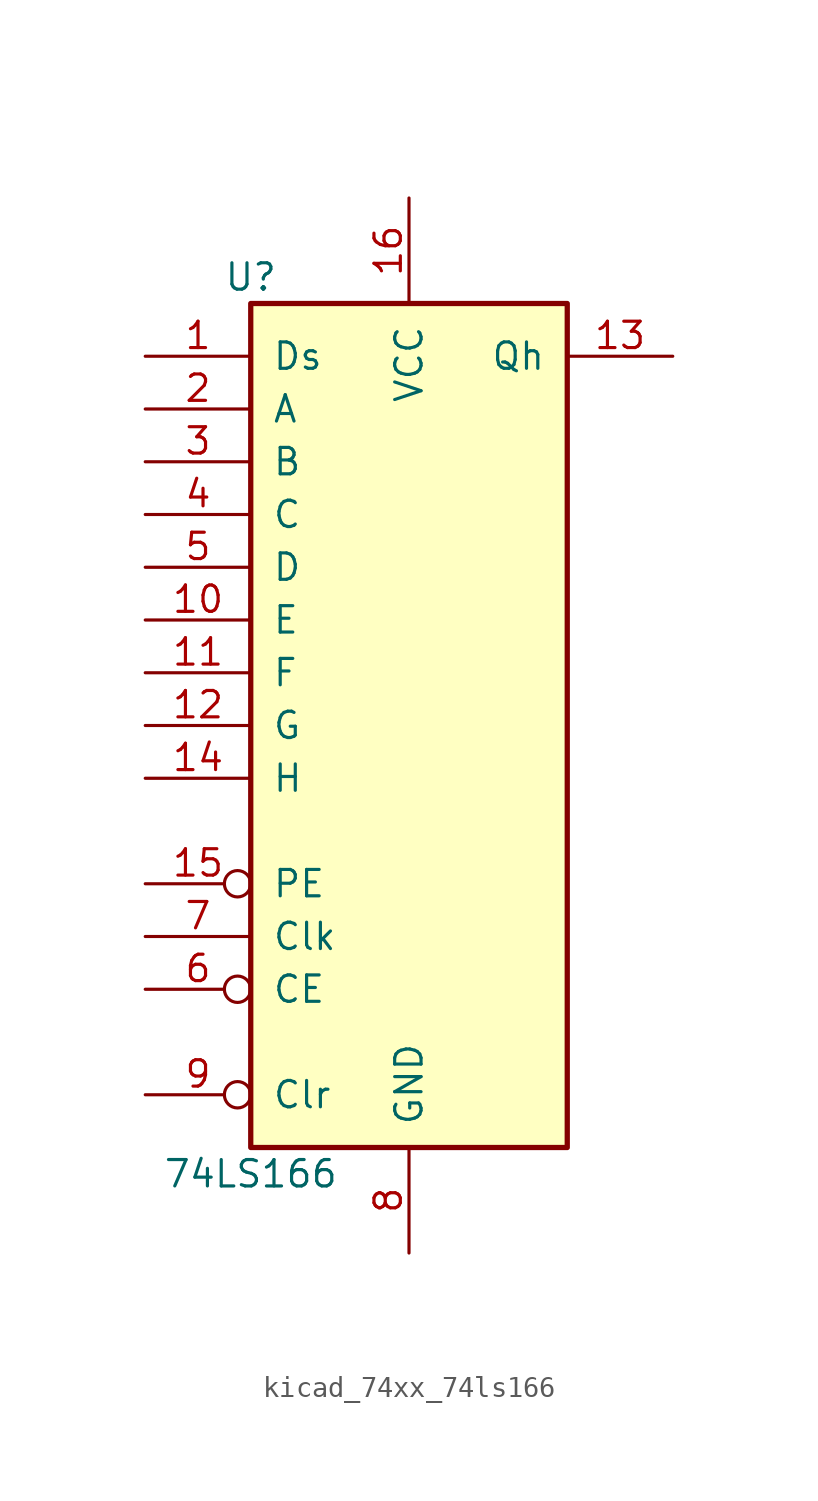
<source format=kicad_sym>
(kicad_symbol_lib
  (version 20220914)
  (generator kicad_symbol_editor)
  (symbol "kicad_74xx_74ls166"
    (pin_names
      (offset 1.016))
    (property "Reference" "U"
      (at -7.62 21.59 0)
      (effects (font (size 1.27 1.27))))
    (property "Value" "74LS166"
      (at -7.62 -21.59 0)
      (effects (font (size 1.27 1.27))))
    (property "ki_locked" ""
      (at 0 0 0)
      (effects (font (size 1.27 1.27))))
    (symbol "kicad_74xx_74ls166_1_0"
      (pin input line (at -12.7 17.78 0) (length 5.08) (name "Ds" (effects (font (size 1.27 1.27)))) (number "1" (effects (font (size 1.27 1.27)))))
      (pin input line (at -12.7 5.08 0) (length 5.08) (name "E" (effects (font (size 1.27 1.27)))) (number "10" (effects (font (size 1.27 1.27)))))
      (pin input line (at -12.7 2.54 0) (length 5.08) (name "F" (effects (font (size 1.27 1.27)))) (number "11" (effects (font (size 1.27 1.27)))))
      (pin input line (at -12.7 0 0) (length 5.08) (name "G" (effects (font (size 1.27 1.27)))) (number "12" (effects (font (size 1.27 1.27)))))
      (pin output line (at 12.7 17.78 180) (length 5.08) (name "Qh" (effects (font (size 1.27 1.27)))) (number "13" (effects (font (size 1.27 1.27)))))
      (pin input line (at -12.7 -2.54 0) (length 5.08) (name "H" (effects (font (size 1.27 1.27)))) (number "14" (effects (font (size 1.27 1.27)))))
      (pin input inverted (at -12.7 -7.62 0) (length 5.08) (name "PE" (effects (font (size 1.27 1.27)))) (number "15" (effects (font (size 1.27 1.27)))))
      (pin power_in line (at 0 25.4 270) (length 5.08) (name "VCC" (effects (font (size 1.27 1.27)))) (number "16" (effects (font (size 1.27 1.27)))))
      (pin input line (at -12.7 15.24 0) (length 5.08) (name "A" (effects (font (size 1.27 1.27)))) (number "2" (effects (font (size 1.27 1.27)))))
      (pin input line (at -12.7 12.7 0) (length 5.08) (name "B" (effects (font (size 1.27 1.27)))) (number "3" (effects (font (size 1.27 1.27)))))
      (pin input line (at -12.7 10.16 0) (length 5.08) (name "C" (effects (font (size 1.27 1.27)))) (number "4" (effects (font (size 1.27 1.27)))))
      (pin input line (at -12.7 7.62 0) (length 5.08) (name "D" (effects (font (size 1.27 1.27)))) (number "5" (effects (font (size 1.27 1.27)))))
      (pin input inverted (at -12.7 -12.7 0) (length 5.08) (name "CE" (effects (font (size 1.27 1.27)))) (number "6" (effects (font (size 1.27 1.27)))))
      (pin input line (at -12.7 -10.16 0) (length 5.08) (name "Clk" (effects (font (size 1.27 1.27)))) (number "7" (effects (font (size 1.27 1.27)))))
      (pin power_in line (at 0 -25.4 90) (length 5.08) (name "GND" (effects (font (size 1.27 1.27)))) (number "8" (effects (font (size 1.27 1.27)))))
      (pin input inverted (at -12.7 -17.78 0) (length 5.08) (name "Clr" (effects (font (size 1.27 1.27)))) (number "9" (effects (font (size 1.27 1.27))))))
    (symbol "kicad_74xx_74ls166_1_1"
      (rectangle (start -7.62 20.32) (end 7.62 -20.32) (stroke (width 0.254) (type default)) (fill (type background))))))
</source>
